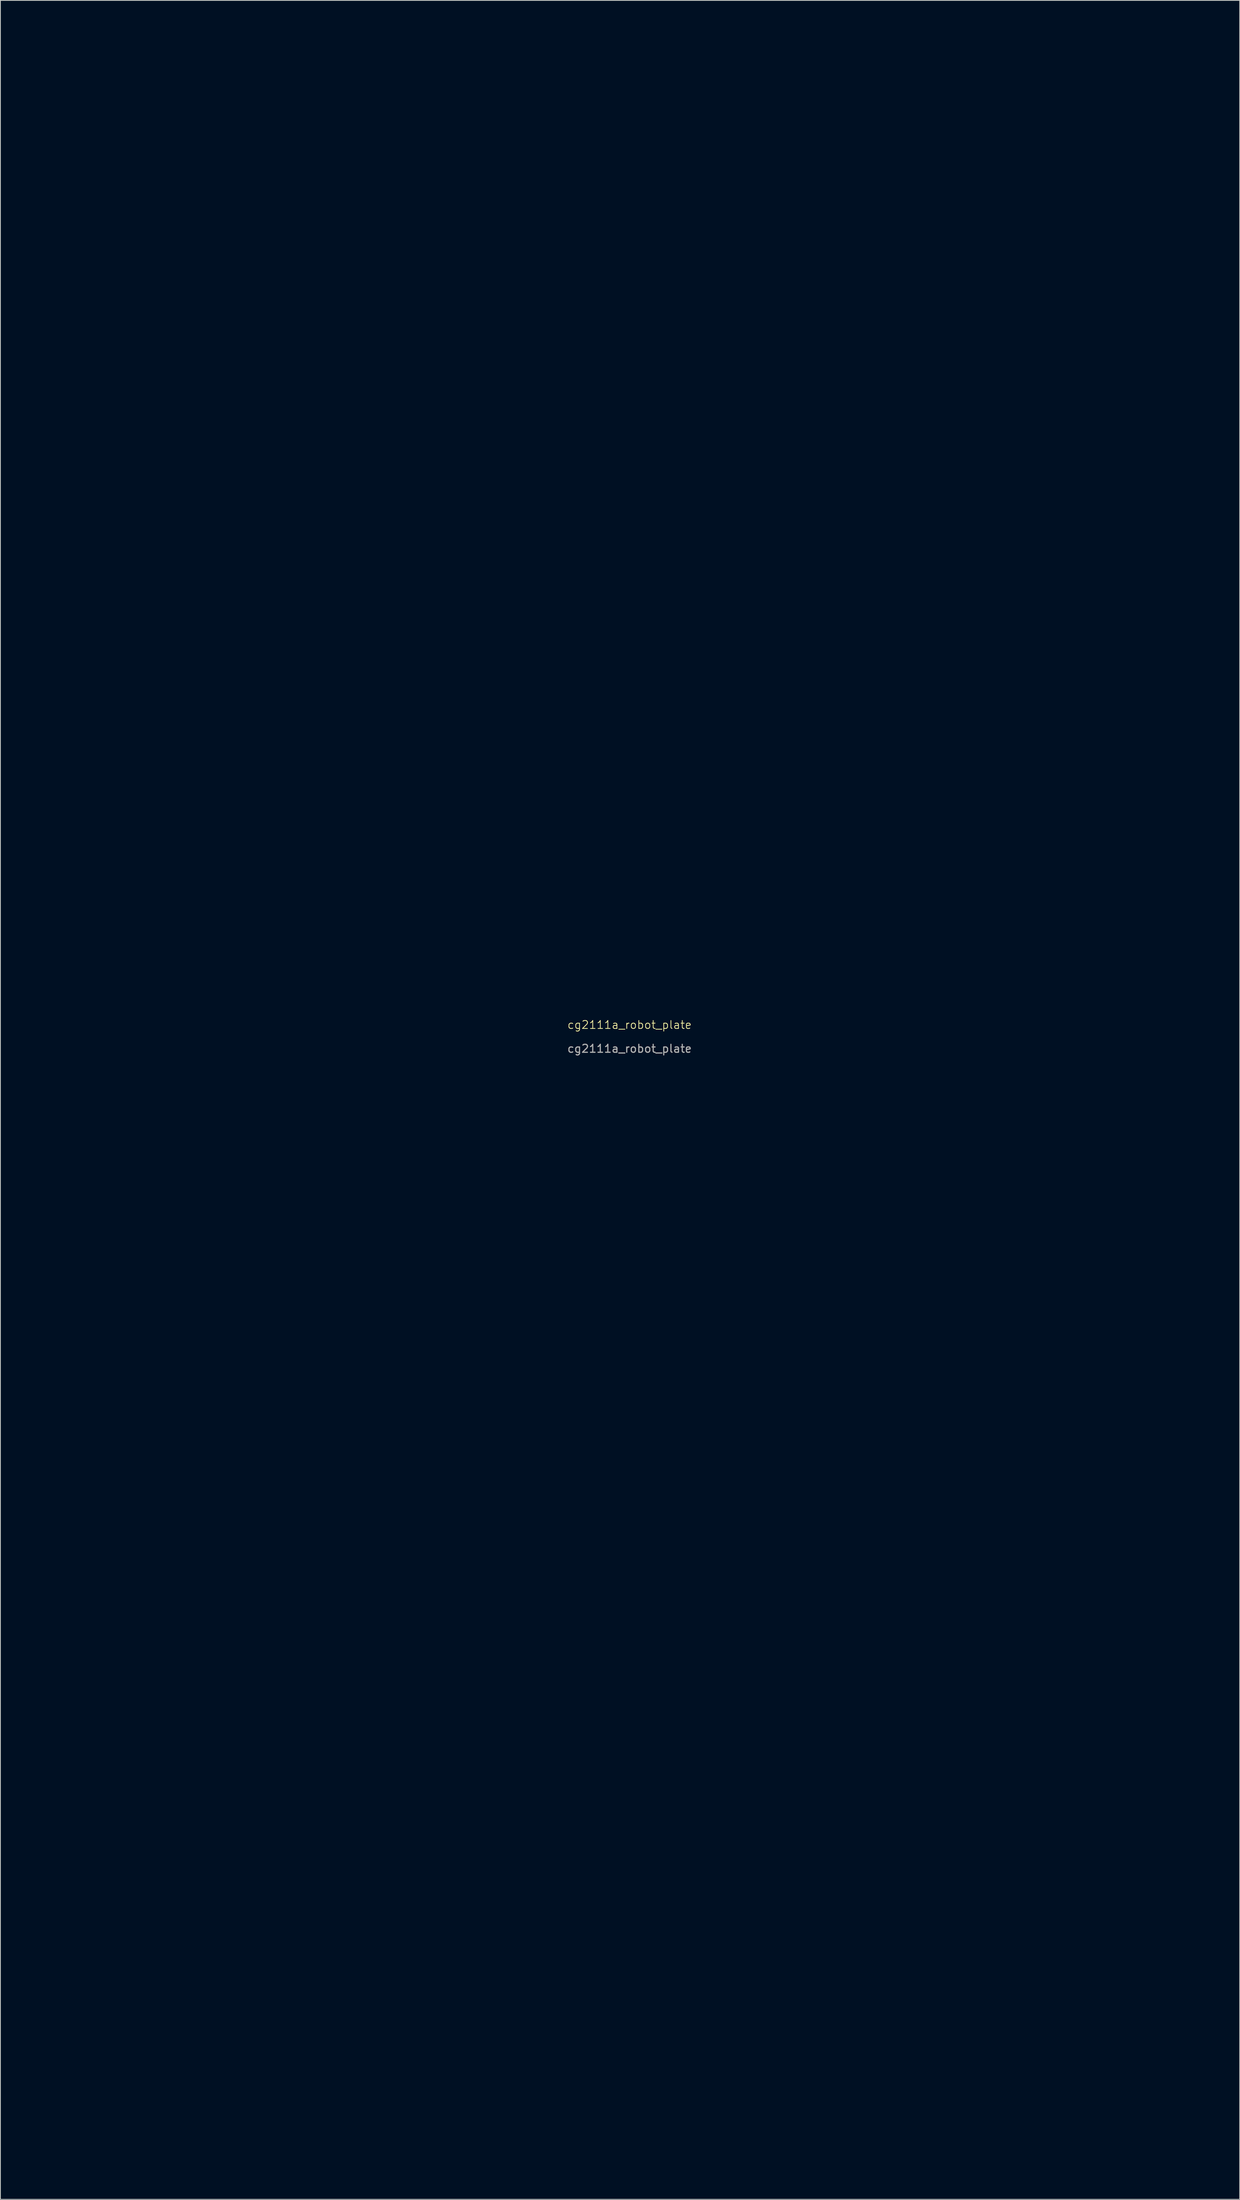
<source format=kicad_pcb>
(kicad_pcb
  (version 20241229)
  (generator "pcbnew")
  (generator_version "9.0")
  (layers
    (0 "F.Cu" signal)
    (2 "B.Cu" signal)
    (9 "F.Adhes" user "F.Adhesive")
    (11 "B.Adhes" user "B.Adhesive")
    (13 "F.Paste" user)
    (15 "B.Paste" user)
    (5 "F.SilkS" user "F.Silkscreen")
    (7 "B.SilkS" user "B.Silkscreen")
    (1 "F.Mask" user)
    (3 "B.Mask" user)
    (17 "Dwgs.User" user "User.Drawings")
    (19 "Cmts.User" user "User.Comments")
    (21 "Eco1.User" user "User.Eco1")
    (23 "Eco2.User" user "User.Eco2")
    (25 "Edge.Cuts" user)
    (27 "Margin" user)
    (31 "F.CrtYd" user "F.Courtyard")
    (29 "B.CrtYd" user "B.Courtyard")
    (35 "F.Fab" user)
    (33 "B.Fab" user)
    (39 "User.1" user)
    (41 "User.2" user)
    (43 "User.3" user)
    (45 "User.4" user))
  (footprint "cg2111a_robot_plate"
    (layer "F.Cu")
    (at 76.325 126.565)
    (property "Reference" "cg2111a_robot_plate" (at 0 -0.5 0) (unlocked yes) (layer "F.SilkS") (effects (font (size 1 1) (thickness 0.1))))
    (fp_line (start -76.2 -91.44) (end -51.2 -91.44) (stroke (width 0.25) (type solid)) (layer "Eco1.User"))
    (fp_line (start -76.2 -16.44) (end -76.2 19.56) (stroke (width 0.25) (type solid)) (layer "Eco1.User"))
    (fp_line (start -76.2 19.56) (end -51.2 19.56) (stroke (width 0.25) (type solid)) (layer "Eco1.User"))
    (fp_line (start -52.2 -5.44) (end -47.2 -5.44) (stroke (width 0.25) (type solid)) (layer "Eco1.User"))
    (fp_line (start -52.2 8.56) (end -52.2 -5.44) (stroke (width 0.25) (type solid)) (layer "Eco1.User"))
    (fp_line (start -51.2 -91.44) (end -51.2 -42.44) (stroke (width 0.25) (type solid)) (layer "Eco1.User"))
    (fp_line (start -51.2 -42.44) (end -50.2 -42.44) (stroke (width 0.25) (type solid)) (layer "Eco1.User"))
    (fp_line (start -51.2 -33.44) (end -51.2 -16.44) (stroke (width 0.25) (type solid)) (layer "Eco1.User"))
    (fp_line (start -51.2 -16.44) (end -76.2 -16.44) (stroke (width 0.25) (type solid)) (layer "Eco1.User"))
    (fp_line (start -51.2 19.56) (end -51.2 36.56) (stroke (width 0.25) (type solid)) (layer "Eco1.User"))
    (fp_line (start -51.2 36.56) (end -50.2 36.56) (stroke (width 0.25) (type solid)) (layer "Eco1.User"))
    (fp_line (start -51.2 45.56) (end -51.2 94.56) (stroke (width 0.25) (type solid)) (layer "Eco1.User"))
    (fp_line (start -51.2 94.56) (end -76.2 94.56) (stroke (width 0.25) (type solid)) (layer "Eco1.User"))
    (fp_line (start -50.2 -42.44) (end -50.2 -33.44) (stroke (width 0.25) (type solid)) (layer "Eco1.User"))
    (fp_line (start -50.2 -33.44) (end -51.2 -33.44) (stroke (width 0.25) (type solid)) (layer "Eco1.User"))
    (fp_line (start -50.2 36.56) (end -50.2 45.56) (stroke (width 0.25) (type solid)) (layer "Eco1.User"))
    (fp_line (start -50.2 45.56) (end -51.2 45.56) (stroke (width 0.25) (type solid)) (layer "Eco1.User"))
    (fp_line (start -47.2 -5.44) (end -47.2 8.56) (stroke (width 0.25) (type solid)) (layer "Eco1.User"))
    (fp_line (start -47.2 8.56) (end -52.2 8.56) (stroke (width 0.25) (type solid)) (layer "Eco1.User"))
    (fp_line (start -38.131 -112.332) (end -65.116 -99.343) (stroke (width 0.25) (type solid)) (layer "Eco1.User"))
    (fp_line (start -38.068 115.362) (end -65.068 102.362) (stroke (width 0.25) (type solid)) (layer "Eco1.User"))
    (fp_line (start -36.396 -108.728) (end -63.381 -95.739) (stroke (width 0.25) (type solid)) (layer "Eco1.User"))
    (fp_line (start -36.332 111.758) (end -63.332 98.758) (stroke (width 0.25) (type solid)) (layer "Eco1.User"))
    (fp_line (start -35.2 -90.44) (end -30.2 -90.44) (stroke (width 0.25) (type solid)) (layer "Eco1.User"))
    (fp_line (start -35.2 -82.44) (end -35.2 -90.44) (stroke (width 0.25) (type solid)) (layer "Eco1.User"))
    (fp_line (start -35.2 85.964) (end -30.2 85.964) (stroke (width 0.25) (type solid)) (layer "Eco1.User"))
    (fp_line (start -35.2 93.964) (end -35.2 85.964) (stroke (width 0.25) (type solid)) (layer "Eco1.User"))
    (fp_line (start -31.2 -46.44) (end -26.2 -46.44) (stroke (width 0.25) (type solid)) (layer "Eco1.User"))
    (fp_line (start -31.2 -33.44) (end -31.2 -46.44) (stroke (width 0.25) (type solid)) (layer "Eco1.User"))
    (fp_line (start -31.2 32.56) (end -26.2 32.56) (stroke (width 0.25) (type solid)) (layer "Eco1.User"))
    (fp_line (start -31.2 45.56) (end -31.2 32.56) (stroke (width 0.25) (type solid)) (layer "Eco1.User"))
    (fp_line (start -30.2 -90.44) (end -30.2 -82.44) (stroke (width 0.25) (type solid)) (layer "Eco1.User"))
    (fp_line (start -30.2 -82.44) (end -35.2 -82.44) (stroke (width 0.25) (type solid)) (layer "Eco1.User"))
    (fp_line (start -30.2 85.964) (end -30.2 93.964) (stroke (width 0.25) (type solid)) (layer "Eco1.User"))
    (fp_line (start -30.2 93.964) (end -35.2 93.964) (stroke (width 0.25) (type solid)) (layer "Eco1.User"))
    (fp_line (start -29.71 -64.44) (end -25.71 -64.44) (stroke (width 0.25) (type solid)) (layer "Eco1.User"))
    (fp_line (start -29.71 -57.44) (end -29.71 -64.44) (stroke (width 0.25) (type solid)) (layer "Eco1.User"))
    (fp_line (start -29.71 56.56) (end -25.71 56.56) (stroke (width 0.25) (type solid)) (layer "Eco1.User"))
    (fp_line (start -29.71 63.56) (end -29.71 56.56) (stroke (width 0.25) (type solid)) (layer "Eco1.User"))
    (fp_line (start -27.2 -90.44) (end -22.2 -90.44) (stroke (width 0.25) (type solid)) (layer "Eco1.User"))
    (fp_line (start -27.2 -82.44) (end -27.2 -90.44) (stroke (width 0.25) (type solid)) (layer "Eco1.User"))
    (fp_line (start -27.2 85.964) (end -22.2 85.964) (stroke (width 0.25) (type solid)) (layer "Eco1.User"))
    (fp_line (start -27.2 93.964) (end -27.2 85.964) (stroke (width 0.25) (type solid)) (layer "Eco1.User"))
    (fp_line (start -26.2 -46.44) (end -26.2 -33.44) (stroke (width 0.25) (type solid)) (layer "Eco1.User"))
    (fp_line (start -26.2 -33.44) (end -31.2 -33.44) (stroke (width 0.25) (type solid)) (layer "Eco1.User"))
    (fp_line (start -26.2 32.56) (end -26.2 45.56) (stroke (width 0.25) (type solid)) (layer "Eco1.User"))
    (fp_line (start -26.2 45.56) (end -31.2 45.56) (stroke (width 0.25) (type solid)) (layer "Eco1.User"))
    (fp_line (start -25.71 -71.44) (end -18.71 -71.44) (stroke (width 0.25) (type solid)) (layer "Eco1.User"))
    (fp_line (start -25.71 -64.44) (end -25.71 -71.44) (stroke (width 0.25) (type solid)) (layer "Eco1.User"))
    (fp_line (start -25.71 -57.44) (end -29.71 -57.44) (stroke (width 0.25) (type solid)) (layer "Eco1.User"))
    (fp_line (start -25.71 -50.44) (end -25.71 -57.44) (stroke (width 0.25) (type solid)) (layer "Eco1.User"))
    (fp_line (start -25.71 49.56) (end -18.71 49.56) (stroke (width 0.25) (type solid)) (layer "Eco1.User"))
    (fp_line (start -25.71 56.56) (end -25.71 49.56) (stroke (width 0.25) (type solid)) (layer "Eco1.User"))
    (fp_line (start -25.71 63.56) (end -29.71 63.56) (stroke (width 0.25) (type solid)) (layer "Eco1.User"))
    (fp_line (start -25.71 70.56) (end -25.71 63.56) (stroke (width 0.25) (type solid)) (layer "Eco1.User"))
    (fp_line (start -22.2 -90.44) (end -22.2 -82.44) (stroke (width 0.25) (type solid)) (layer "Eco1.User"))
    (fp_line (start -22.2 -82.44) (end -27.2 -82.44) (stroke (width 0.25) (type solid)) (layer "Eco1.User"))
    (fp_line (start -22.2 85.964) (end -22.2 93.964) (stroke (width 0.25) (type solid)) (layer "Eco1.User"))
    (fp_line (start -22.2 93.964) (end -27.2 93.964) (stroke (width 0.25) (type solid)) (layer "Eco1.User"))
    (fp_line (start -19.2 -90.44) (end -14.2 -90.44) (stroke (width 0.25) (type solid)) (layer "Eco1.User"))
    (fp_line (start -19.2 -82.44) (end -19.2 -90.44) (stroke (width 0.25) (type solid)) (layer "Eco1.User"))
    (fp_line (start -19.2 85.964) (end -14.2 85.964) (stroke (width 0.25) (type solid)) (layer "Eco1.User"))
    (fp_line (start -19.2 93.964) (end -19.2 85.964) (stroke (width 0.25) (type solid)) (layer "Eco1.User"))
    (fp_line (start -18.71 -71.44) (end -18.71 -64.44) (stroke (width 0.25) (type solid)) (layer "Eco1.User"))
    (fp_line (start -18.71 -64.44) (end -14.71 -64.44) (stroke (width 0.25) (type solid)) (layer "Eco1.User"))
    (fp_line (start -18.71 -57.44) (end -18.71 -50.44) (stroke (width 0.25) (type solid)) (layer "Eco1.User"))
    (fp_line (start -18.71 -50.44) (end -25.71 -50.44) (stroke (width 0.25) (type solid)) (layer "Eco1.User"))
    (fp_line (start -18.71 49.56) (end -18.71 56.56) (stroke (width 0.25) (type solid)) (layer "Eco1.User"))
    (fp_line (start -18.71 56.56) (end -14.71 56.56) (stroke (width 0.25) (type solid)) (layer "Eco1.User"))
    (fp_line (start -18.71 63.56) (end -18.71 70.56) (stroke (width 0.25) (type solid)) (layer "Eco1.User"))
    (fp_line (start -18.71 70.56) (end -25.71 70.56) (stroke (width 0.25) (type solid)) (layer "Eco1.User"))
    (fp_line (start -18.226 -26.44) (end -13.226 -26.44) (stroke (width 0.25) (type solid)) (layer "Eco1.User"))
    (fp_line (start -18.226 -18.44) (end -18.226 -26.44) (stroke (width 0.25) (type solid)) (layer "Eco1.User"))
    (fp_line (start -14.71 -64.44) (end -14.71 -57.44) (stroke (width 0.25) (type solid)) (layer "Eco1.User"))
    (fp_line (start -14.71 -57.44) (end -18.71 -57.44) (stroke (width 0.25) (type solid)) (layer "Eco1.User"))
    (fp_line (start -14.71 56.56) (end -14.71 63.56) (stroke (width 0.25) (type solid)) (layer "Eco1.User"))
    (fp_line (start -14.71 63.56) (end -18.71 63.56) (stroke (width 0.25) (type solid)) (layer "Eco1.User"))
    (fp_line (start -14.2 -90.44) (end -14.2 -82.44) (stroke (width 0.25) (type solid)) (layer "Eco1.User"))
    (fp_line (start -14.2 -82.44) (end -19.2 -82.44) (stroke (width 0.25) (type solid)) (layer "Eco1.User"))
    (fp_line (start -14.2 85.964) (end -14.2 93.964) (stroke (width 0.25) (type solid)) (layer "Eco1.User"))
    (fp_line (start -14.2 93.964) (end -19.2 93.964) (stroke (width 0.25) (type solid)) (layer "Eco1.User"))
    (fp_line (start -13.226 -26.44) (end -13.226 -18.44) (stroke (width 0.25) (type solid)) (layer "Eco1.User"))
    (fp_line (start -13.226 -18.44) (end -18.226 -18.44) (stroke (width 0.25) (type solid)) (layer "Eco1.User"))
    (fp_line (start 10.8 -26.44) (end 15.8 -26.44) (stroke (width 0.25) (type solid)) (layer "Eco1.User"))
    (fp_line (start 10.8 -18.44) (end 10.8 -26.44) (stroke (width 0.25) (type solid)) (layer "Eco1.User"))
    (fp_line (start 13.8 -90.44) (end 18.8 -90.44) (stroke (width 0.25) (type solid)) (layer "Eco1.User"))
    (fp_line (start 13.8 -82.44) (end 13.8 -90.44) (stroke (width 0.25) (type solid)) (layer "Eco1.User"))
    (fp_line (start 13.8 -64.44) (end 17.8 -64.44) (stroke (width 0.25) (type solid)) (layer "Eco1.User"))
    (fp_line (start 13.8 -57.44) (end 13.8 -64.44) (stroke (width 0.25) (type solid)) (layer "Eco1.User"))
    (fp_line (start 13.8 56.56) (end 17.8 56.56) (stroke (width 0.25) (type solid)) (layer "Eco1.User"))
    (fp_line (start 13.8 63.56) (end 13.8 56.56) (stroke (width 0.25) (type solid)) (layer "Eco1.User"))
    (fp_line (start 13.8 85.56) (end 18.8 85.56) (stroke (width 0.25) (type solid)) (layer "Eco1.User"))
    (fp_line (start 13.8 93.541) (end 13.8 85.56) (stroke (width 0.25) (type solid)) (layer "Eco1.User"))
    (fp_line (start 15.8 -26.44) (end 15.8 -18.44) (stroke (width 0.25) (type solid)) (layer "Eco1.User"))
    (fp_line (start 15.8 -18.44) (end 10.8 -18.44) (stroke (width 0.25) (type solid)) (layer "Eco1.User"))
    (fp_line (start 17.8 -71.44) (end 24.8 -71.44) (stroke (width 0.25) (type solid)) (layer "Eco1.User"))
    (fp_line (start 17.8 -64.44) (end 17.8 -71.44) (stroke (width 0.25) (type solid)) (layer "Eco1.User"))
    (fp_line (start 17.8 -57.44) (end 13.8 -57.44) (stroke (width 0.25) (type solid)) (layer "Eco1.User"))
    (fp_line (start 17.8 -50.44) (end 17.8 -57.44) (stroke (width 0.25) (type solid)) (layer "Eco1.User"))
    (fp_line (start 17.8 49.56) (end 24.8 49.56) (stroke (width 0.25) (type solid)) (layer "Eco1.User"))
    (fp_line (start 17.8 56.56) (end 17.8 49.56) (stroke (width 0.25) (type solid)) (layer "Eco1.User"))
    (fp_line (start 17.8 63.56) (end 13.8 63.56) (stroke (width 0.25) (type solid)) (layer "Eco1.User"))
    (fp_line (start 17.8 70.56) (end 17.8 63.56) (stroke (width 0.25) (type solid)) (layer "Eco1.User"))
    (fp_line (start 18.8 -90.44) (end 18.8 -82.44) (stroke (width 0.25) (type solid)) (layer "Eco1.User"))
    (fp_line (start 18.8 -82.44) (end 13.8 -82.44) (stroke (width 0.25) (type solid)) (layer "Eco1.User"))
    (fp_line (start 18.8 85.56) (end 18.8 93.541) (stroke (width 0.25) (type solid)) (layer "Eco1.User"))
    (fp_line (start 18.8 93.541) (end 13.8 93.541) (stroke (width 0.25) (type solid)) (layer "Eco1.User"))
    (fp_line (start 21.8 -90.44) (end 26.8 -90.44) (stroke (width 0.25) (type solid)) (layer "Eco1.User"))
    (fp_line (start 21.8 -82.44) (end 21.8 -90.44) (stroke (width 0.25) (type solid)) (layer "Eco1.User"))
    (fp_line (start 21.8 85.515) (end 26.8 85.515) (stroke (width 0.25) (type solid)) (layer "Eco1.User"))
    (fp_line (start 21.8 93.515) (end 21.8 85.515) (stroke (width 0.25) (type solid)) (layer "Eco1.User"))
    (fp_line (start 24.8 -71.44) (end 24.8 -64.44) (stroke (width 0.25) (type solid)) (layer "Eco1.User"))
    (fp_line (start 24.8 -64.44) (end 28.8 -64.44) (stroke (width 0.25) (type solid)) (layer "Eco1.User"))
    (fp_line (start 24.8 -57.44) (end 24.8 -50.44) (stroke (width 0.25) (type solid)) (layer "Eco1.User"))
    (fp_line (start 24.8 -50.44) (end 17.8 -50.44) (stroke (width 0.25) (type solid)) (layer "Eco1.User"))
    (fp_line (start 24.8 -46.44) (end 29.8 -46.44) (stroke (width 0.25) (type solid)) (layer "Eco1.User"))
    (fp_line (start 24.8 -33.44) (end 24.8 -46.44) (stroke (width 0.25) (type solid)) (layer "Eco1.User"))
    (fp_line (start 24.8 32.56) (end 29.8 32.56) (stroke (width 0.25) (type solid)) (layer "Eco1.User"))
    (fp_line (start 24.8 45.56) (end 24.8 32.56) (stroke (width 0.25) (type solid)) (layer "Eco1.User"))
    (fp_line (start 24.8 49.56) (end 24.8 56.56) (stroke (width 0.25) (type solid)) (layer "Eco1.User"))
    (fp_line (start 24.8 56.56) (end 28.8 56.56) (stroke (width 0.25) (type solid)) (layer "Eco1.User"))
    (fp_line (start 24.8 63.56) (end 24.8 70.56) (stroke (width 0.25) (type solid)) (layer "Eco1.User"))
    (fp_line (start 24.8 70.56) (end 17.8 70.56) (stroke (width 0.25) (type solid)) (layer "Eco1.User"))
    (fp_line (start 26.8 -90.44) (end 26.8 -82.44) (stroke (width 0.25) (type solid)) (layer "Eco1.User"))
    (fp_line (start 26.8 -82.44) (end 21.8 -82.44) (stroke (width 0.25) (type solid)) (layer "Eco1.User"))
    (fp_line (start 26.8 85.515) (end 26.8 93.515) (stroke (width 0.25) (type solid)) (layer "Eco1.User"))
    (fp_line (start 26.8 93.515) (end 21.8 93.515) (stroke (width 0.25) (type solid)) (layer "Eco1.User"))
    (fp_line (start 28.8 -112.44) (end -31.2 -112.44) (stroke (width 0.25) (type solid)) (layer "Eco1.User"))
    (fp_line (start 28.8 -108.44) (end -31.2 -108.44) (stroke (width 0.25) (type solid)) (layer "Eco1.User"))
    (fp_line (start 28.8 -64.44) (end 28.8 -57.44) (stroke (width 0.25) (type solid)) (layer "Eco1.User"))
    (fp_line (start 28.8 -57.44) (end 24.8 -57.44) (stroke (width 0.25) (type solid)) (layer "Eco1.User"))
    (fp_line (start 28.8 56.56) (end 28.8 63.56) (stroke (width 0.25) (type solid)) (layer "Eco1.User"))
    (fp_line (start 28.8 63.56) (end 24.8 63.56) (stroke (width 0.25) (type solid)) (layer "Eco1.User"))
    (fp_line (start 28.8 111.56) (end -31.2 111.56) (stroke (width 0.25) (type solid)) (layer "Eco1.User"))
    (fp_line (start 28.8 115.56) (end -31.2 115.56) (stroke (width 0.25) (type solid)) (layer "Eco1.User"))
    (fp_line (start 29.8 -90.43) (end 34.8 -90.43) (stroke (width 0.25) (type solid)) (layer "Eco1.User"))
    (fp_line (start 29.8 -82.43) (end 29.8 -90.43) (stroke (width 0.25) (type solid)) (layer "Eco1.User"))
    (fp_line (start 29.8 -46.44) (end 29.8 -33.44) (stroke (width 0.25) (type solid)) (layer "Eco1.User"))
    (fp_line (start 29.8 -33.44) (end 24.8 -33.44) (stroke (width 0.25) (type solid)) (layer "Eco1.User"))
    (fp_line (start 29.8 32.56) (end 29.8 45.56) (stroke (width 0.25) (type solid)) (layer "Eco1.User"))
    (fp_line (start 29.8 45.56) (end 24.8 45.56) (stroke (width 0.25) (type solid)) (layer "Eco1.User"))
    (fp_line (start 29.8 85.515) (end 34.8 85.515) (stroke (width 0.25) (type solid)) (layer "Eco1.User"))
    (fp_line (start 29.8 93.515) (end 29.8 85.515) (stroke (width 0.25) (type solid)) (layer "Eco1.User"))
    (fp_line (start 34.8 -90.43) (end 34.8 -82.43) (stroke (width 0.25) (type solid)) (layer "Eco1.User"))
    (fp_line (start 34.8 -82.43) (end 29.8 -82.43) (stroke (width 0.25) (type solid)) (layer "Eco1.User"))
    (fp_line (start 34.8 85.515) (end 34.8 93.515) (stroke (width 0.25) (type solid)) (layer "Eco1.User"))
    (fp_line (start 34.8 93.515) (end 29.8 93.515) (stroke (width 0.25) (type solid)) (layer "Eco1.User"))
    (fp_line (start 44.8 -5.44) (end 49.8 -5.44) (stroke (width 0.25) (type solid)) (layer "Eco1.User"))
    (fp_line (start 44.8 8.56) (end 44.8 -5.44) (stroke (width 0.25) (type solid)) (layer "Eco1.User"))
    (fp_line (start 47.8 -46.44) (end 48.8 -46.44) (stroke (width 0.25) (type solid)) (layer "Eco1.User"))
    (fp_line (start 47.8 -33.44) (end 47.8 -46.44) (stroke (width 0.25) (type solid)) (layer "Eco1.User"))
    (fp_line (start 47.8 32.56) (end 48.8 32.56) (stroke (width 0.25) (type solid)) (layer "Eco1.User"))
    (fp_line (start 47.8 45.56) (end 47.8 32.56) (stroke (width 0.25) (type solid)) (layer "Eco1.User"))
    (fp_line (start 48.8 -91.44) (end 73.8 -91.44) (stroke (width 0.25) (type solid)) (layer "Eco1.User"))
    (fp_line (start 48.8 -46.44) (end 48.8 -91.44) (stroke (width 0.25) (type solid)) (layer "Eco1.User"))
    (fp_line (start 48.8 -33.44) (end 47.8 -33.44) (stroke (width 0.25) (type solid)) (layer "Eco1.User"))
    (fp_line (start 48.8 -16.44) (end 48.8 -33.44) (stroke (width 0.25) (type solid)) (layer "Eco1.User"))
    (fp_line (start 48.8 19.56) (end 73.8 19.56) (stroke (width 0.25) (type solid)) (layer "Eco1.User"))
    (fp_line (start 48.8 32.56) (end 48.8 19.56) (stroke (width 0.25) (type solid)) (layer "Eco1.User"))
    (fp_line (start 48.8 45.56) (end 47.8 45.56) (stroke (width 0.25) (type solid)) (layer "Eco1.User"))
    (fp_line (start 48.8 94.56) (end 48.8 45.56) (stroke (width 0.25) (type solid)) (layer "Eco1.User"))
    (fp_line (start 49.8 -5.44) (end 49.8 8.56) (stroke (width 0.25) (type solid)) (layer "Eco1.User"))
    (fp_line (start 49.8 8.56) (end 44.8 8.56) (stroke (width 0.25) (type solid)) (layer "Eco1.User"))
    (fp_line (start 60.871 98.789) (end 35.871 111.91) (stroke (width 0.25) (type solid)) (layer "Eco1.User"))
    (fp_line (start 60.877 -95.666) (end 35.877 -108.666) (stroke (width 0.25) (type solid)) (layer "Eco1.User"))
    (fp_line (start 62.723 -99.214) (end 37.723 -112.214) (stroke (width 0.25) (type solid)) (layer "Eco1.User"))
    (fp_line (start 62.729 102.331) (end 37.729 115.452) (stroke (width 0.25) (type solid)) (layer "Eco1.User"))
    (fp_line (start 73.8 -16.44) (end 48.8 -16.44) (stroke (width 0.25) (type solid)) (layer "Eco1.User"))
    (fp_line (start 73.8 19.56) (end 73.8 -16.44) (stroke (width 0.25) (type solid)) (layer "Eco1.User"))
    (fp_line (start 73.8 94.56) (end 48.8 94.56) (stroke (width 0.25) (type solid)) (layer "Eco1.User"))
    (fp_arc (start -65.067631 102.362003) (mid -66.002003 99.692369) (end -63.332369 98.757997) (stroke (width 0.25) (type solid)) (layer "Eco1.User"))
    (fp_arc (start -63.381057 -95.738635) (mid -66.050588 -96.673303) (end -65.115919 -99.342834) (stroke (width 0.25) (type solid)) (layer "Eco1.User"))
    (fp_arc (start -38.130603 -112.332072) (mid -35.461072 -111.397403) (end -36.395741 -108.727872) (stroke (width 0.25) (type solid)) (layer "Eco1.User"))
    (fp_arc (start -36.332369 111.757997) (mid -35.397997 114.427631) (end -38.067631 115.362003) (stroke (width 0.25) (type solid)) (layer "Eco1.User"))
    (fp_arc (start -31.2 -108.44) (mid -33.2 -110.44) (end -31.2 -112.44) (stroke (width 0.25) (type solid)) (layer "Eco1.User"))
    (fp_arc (start -31.2 115.56) (mid -33.2 113.56) (end -31.2 111.56) (stroke (width 0.25) (type solid)) (layer "Eco1.User"))
    (fp_arc (start 28.8 -112.44) (mid 30.8 -110.44) (end 28.8 -108.44) (stroke (width 0.25) (type solid)) (layer "Eco1.User"))
    (fp_arc (start 28.8 111.56) (mid 30.8 113.56) (end 28.8 115.56) (stroke (width 0.25) (type solid)) (layer "Eco1.User"))
    (fp_arc (start 35.877277 -108.665566) (mid 35.025559 -111.362709) (end 37.722687 -112.214434) (stroke (width 0.25) (type solid)) (layer "Eco1.User"))
    (fp_arc (start 37.729437 115.451754) (mid 35.029085 114.610276) (end 35.870563 111.909919) (stroke (width 0.25) (type solid)) (layer "Eco1.User"))
    (fp_arc (start 60.870563 98.789083) (mid 63.570917 99.630563) (end 62.729437 102.330917) (stroke (width 0.25) (type solid)) (layer "Eco1.User"))
    (fp_arc (start 62.722705 -99.214434) (mid 63.574434 -96.517295) (end 60.877295 -95.665566) (stroke (width 0.25) (type solid)) (layer "Eco1.User"))
    (fp_circle (center -71.2 -5.44) (end -69.2 -5.44) (stroke (width 0.25) (type solid)) (fill no) (layer "Eco1.User"))
    (fp_circle (center -71.2 8.56) (end -69.2 8.56) (stroke (width 0.25) (type solid)) (fill no) (layer "Eco1.User"))
    (fp_circle (center -58.2 1.56) (end -56.2 1.56) (stroke (width 0.25) (type solid)) (fill no) (layer "Eco1.User"))
    (fp_circle (center -56.706 -108.94) (end -55.206 -108.94) (stroke (width 0.25) (type solid)) (fill no) (layer "Eco1.User"))
    (fp_circle (center -56.683 111.948) (end -55.183 111.948) (stroke (width 0.25) (type solid)) (fill no) (layer "Eco1.User"))
    (fp_circle (center -51.2 -97.44) (end -49.2 -97.44) (stroke (width 0.25) (type solid)) (fill no) (layer "Eco1.User"))
    (fp_circle (center -51.2 100.56) (end -49.2 100.56) (stroke (width 0.25) (type solid)) (fill no) (layer "Eco1.User"))
    (fp_circle (center -47.673 116.286) (end -46.173 116.286) (stroke (width 0.25) (type solid)) (fill no) (layer "Eco1.User"))
    (fp_circle (center -47.649 -113.177) (end -46.149 -113.177) (stroke (width 0.25) (type solid)) (fill no) (layer "Eco1.User"))
    (fp_circle (center -44.2 -79.44) (end -42.2 -79.44) (stroke (width 0.25) (type solid)) (fill no) (layer "Eco1.User"))
    (fp_circle (center -44.2 -54.44) (end -42.2 -54.44) (stroke (width 0.25) (type solid)) (fill no) (layer "Eco1.User"))
    (fp_circle (center -44.2 -36.44) (end -42.2 -36.44) (stroke (width 0.25) (type solid)) (fill no) (layer "Eco1.User"))
    (fp_circle (center -44.2 13.56) (end -42.2 13.56) (stroke (width 0.25) (type solid)) (fill no) (layer "Eco1.User"))
    (fp_circle (center -44.2 82.56) (end -42.2 82.56) (stroke (width 0.25) (type solid)) (fill no) (layer "Eco1.User"))
    (fp_circle (center -6.2 -117.44) (end -4.7 -117.44) (stroke (width 0.25) (type solid)) (fill no) (layer "Eco1.User"))
    (fp_circle (center -6.2 122.56) (end -4.7 122.56) (stroke (width 0.25) (type solid)) (fill no) (layer "Eco1.User"))
    (fp_circle (center -5.2 -79.44) (end -3.2 -79.44) (stroke (width 0.25) (type solid)) (fill no) (layer "Eco1.User"))
    (fp_circle (center -1.2 -92.44) (end 8.8 -92.44) (stroke (width 0.25) (type solid)) (fill no) (layer "Eco1.User"))
    (fp_circle (center -1.2 -28.44) (end 0.8 -28.44) (stroke (width 0.25) (type solid)) (fill no) (layer "Eco1.User"))
    (fp_circle (center -1.2 1.56) (end 0.773 1.56) (stroke (width 0.25) (type solid)) (fill no) (layer "Eco1.User"))
    (fp_circle (center -1.2 55.56) (end 0.8 55.56) (stroke (width 0.25) (type solid)) (fill no) (layer "Eco1.User"))
    (fp_circle (center -1.2 95.56) (end 8.8 95.56) (stroke (width 0.25) (type solid)) (fill no) (layer "Eco1.User"))
    (fp_circle (center 2.8 -79.44) (end 4.8 -79.44) (stroke (width 0.25) (type solid)) (fill no) (layer "Eco1.User"))
    (fp_circle (center 3.8 -117.44) (end 5.3 -117.44) (stroke (width 0.25) (type solid)) (fill no) (layer "Eco1.User"))
    (fp_circle (center 3.8 122.56) (end 5.3 122.56) (stroke (width 0.25) (type solid)) (fill no) (layer "Eco1.User"))
    (fp_circle (center 41.8 -79.44) (end 43.8 -79.44) (stroke (width 0.25) (type solid)) (fill no) (layer "Eco1.User"))
    (fp_circle (center 41.8 -54.44) (end 43.8 -54.44) (stroke (width 0.25) (type solid)) (fill no) (layer "Eco1.User"))
    (fp_circle (center 41.8 -36.44) (end 43.8 -36.44) (stroke (width 0.25) (type solid)) (fill no) (layer "Eco1.User"))
    (fp_circle (center 41.8 13.56) (end 43.8 13.56) (stroke (width 0.25) (type solid)) (fill no) (layer "Eco1.User"))
    (fp_circle (center 41.8 82.56) (end 43.8 82.56) (stroke (width 0.25) (type solid)) (fill no) (layer "Eco1.User"))
    (fp_circle (center 45.924 -113.585) (end 47.424 -113.585) (stroke (width 0.25) (type solid)) (fill no) (layer "Eco1.User"))
    (fp_circle (center 46.006 116.755) (end 47.506 116.755) (stroke (width 0.25) (type solid)) (fill no) (layer "Eco1.User"))
    (fp_circle (center 48.8 -97.44) (end 50.8 -97.44) (stroke (width 0.25) (type solid)) (fill no) (layer "Eco1.User"))
    (fp_circle (center 48.8 100.56) (end 50.8 100.56) (stroke (width 0.25) (type solid)) (fill no) (layer "Eco1.User"))
    (fp_circle (center 54.796 -108.972) (end 56.296 -108.972) (stroke (width 0.25) (type solid)) (fill no) (layer "Eco1.User"))
    (fp_circle (center 54.861 112.108) (end 56.361 112.108) (stroke (width 0.25) (type solid)) (fill no) (layer "Eco1.User"))
    (fp_circle (center 55.8 1.56) (end 57.8 1.56) (stroke (width 0.25) (type solid)) (fill no) (layer "Eco1.User"))
    (fp_circle (center 68.8 -5.448) (end 70.8 -5.448) (stroke (width 0.25) (type solid)) (fill no) (layer "Eco1.User"))
    (fp_circle (center 68.8 8.56) (end 70.8 8.56) (stroke (width 0.25) (type solid)) (fill no) (layer "Eco1.User"))
    (fp_curve (pts (xy -76.2 94.56) (xy -76.2 113.89) (xy -42.621 129.56) (xy -1.2 129.56)) (stroke (width 0.25) (type solid)) (layer "Eco1.User"))
    (fp_curve (pts (xy -1.2 -126.44) (xy -42.621 -126.44) (xy -76.2 -110.77) (xy -76.2 -91.44)) (stroke (width 0.25) (type solid)) (layer "Eco1.User"))
    (fp_curve (pts (xy -1.2 129.56) (xy 40.221 129.56) (xy 73.8 113.89) (xy 73.8 94.56)) (stroke (width 0.25) (type solid)) (layer "Eco1.User"))
    (fp_curve (pts (xy 73.8 -91.44) (xy 73.8 -110.77) (xy 40.221 -126.44) (xy -1.2 -126.44)) (stroke (width 0.25) (type solid)) (layer "Eco1.User"))
    (fp_text user "For Instructional Use Only." (at -76.2 137.83 0) (layer "Eco1.User") (effects (font (size 4.834 3.045) (thickness 0.604)) (justify left top)))
    (fp_text user "SOLIDWORKS Educational Product." (at -76.2 130.58 0) (layer "Eco1.User") (effects (font (size 4.834 3.045) (thickness 0.604)) (justify left top)))
    (fp_text user "${REFERENCE}" (at 0 2.5 0) (unlocked yes) (layer "F.Fab") (effects (font (size 1 1) (thickness 0.15)))))
  (gr_rect
    (start -3 -3)
    (end 153.25 274.041)
    (stroke (width 0.1) (type default))
    (fill no)
    (layer "Edge.Cuts")))
</source>
